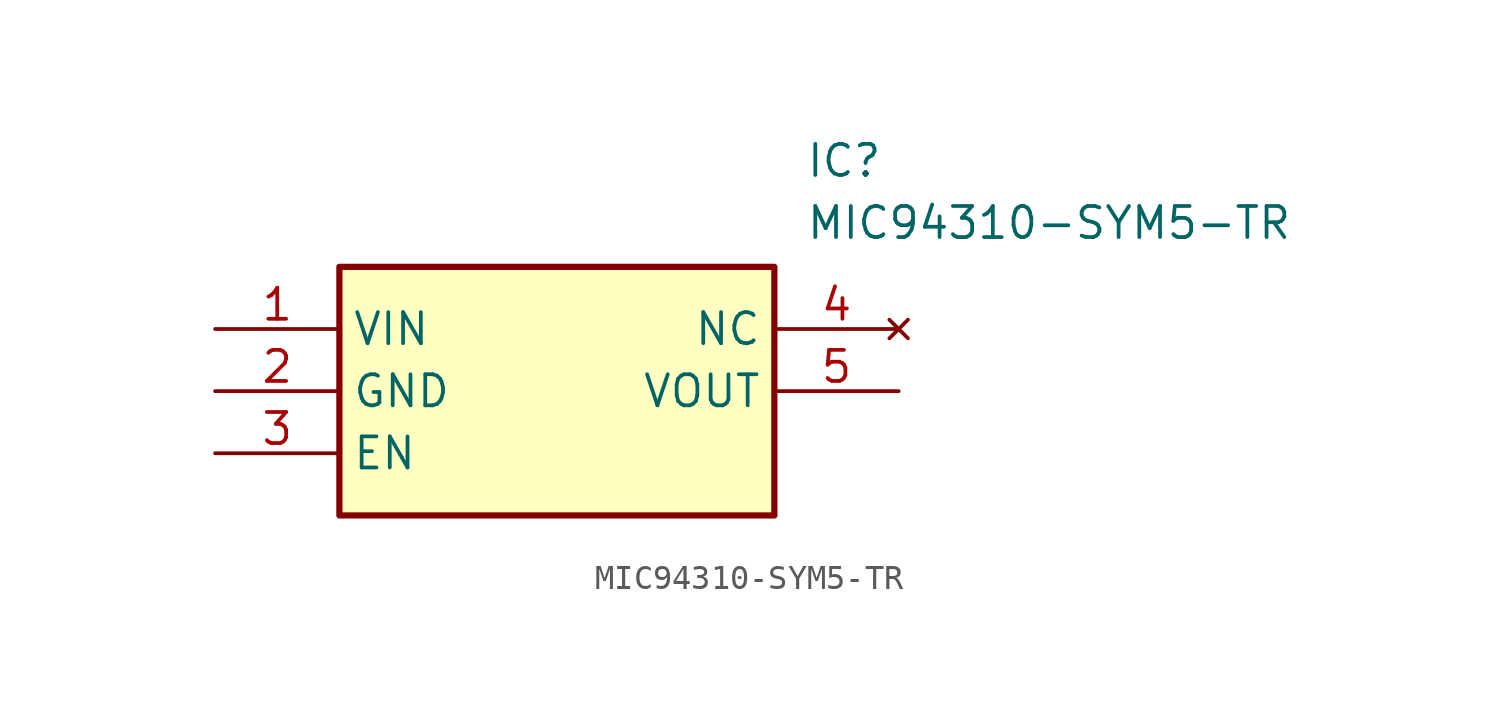
<source format=kicad_sym>
(kicad_symbol_lib
  (version 20211014)
  (generator SamacSys_ECAD_Model)
  (symbol "MIC94310-SYM5-TR"
    (property "Reference" "IC"
      (at 24.13 7.62 0)
      (effects (font (size 1.27 1.27)) (justify left top)))
    (property "Value" "MIC94310-SYM5-TR"
      (at 24.13 5.08 0)
      (effects (font (size 1.27 1.27)) (justify left top)))
    (rectangle
      (start 5.08 2.54)
      (end 22.86 -7.62)
      (stroke (width 0.254) (type default))
      (fill (type background)))
    (pin passive line
      (at 0 0 0)
      (length 5.08)
      (name "VIN" (effects (font (size 1.27 1.27))))
      (number "1" (effects (font (size 1.27 1.27)))))
    (pin passive line
      (at 0 -2.54 0)
      (length 5.08)
      (name "GND" (effects (font (size 1.27 1.27))))
      (number "2" (effects (font (size 1.27 1.27)))))
    (pin passive line
      (at 0 -5.08 0)
      (length 5.08)
      (name "EN" (effects (font (size 1.27 1.27))))
      (number "3" (effects (font (size 1.27 1.27)))))
    (pin no_connect line
      (at 27.94 0 180)
      (length 5.08)
      (name "NC" (effects (font (size 1.27 1.27))))
      (number "4" (effects (font (size 1.27 1.27)))))
    (pin passive line
      (at 27.94 -2.54 180)
      (length 5.08)
      (name "VOUT" (effects (font (size 1.27 1.27))))
      (number "5" (effects (font (size 1.27 1.27)))))))
</source>
